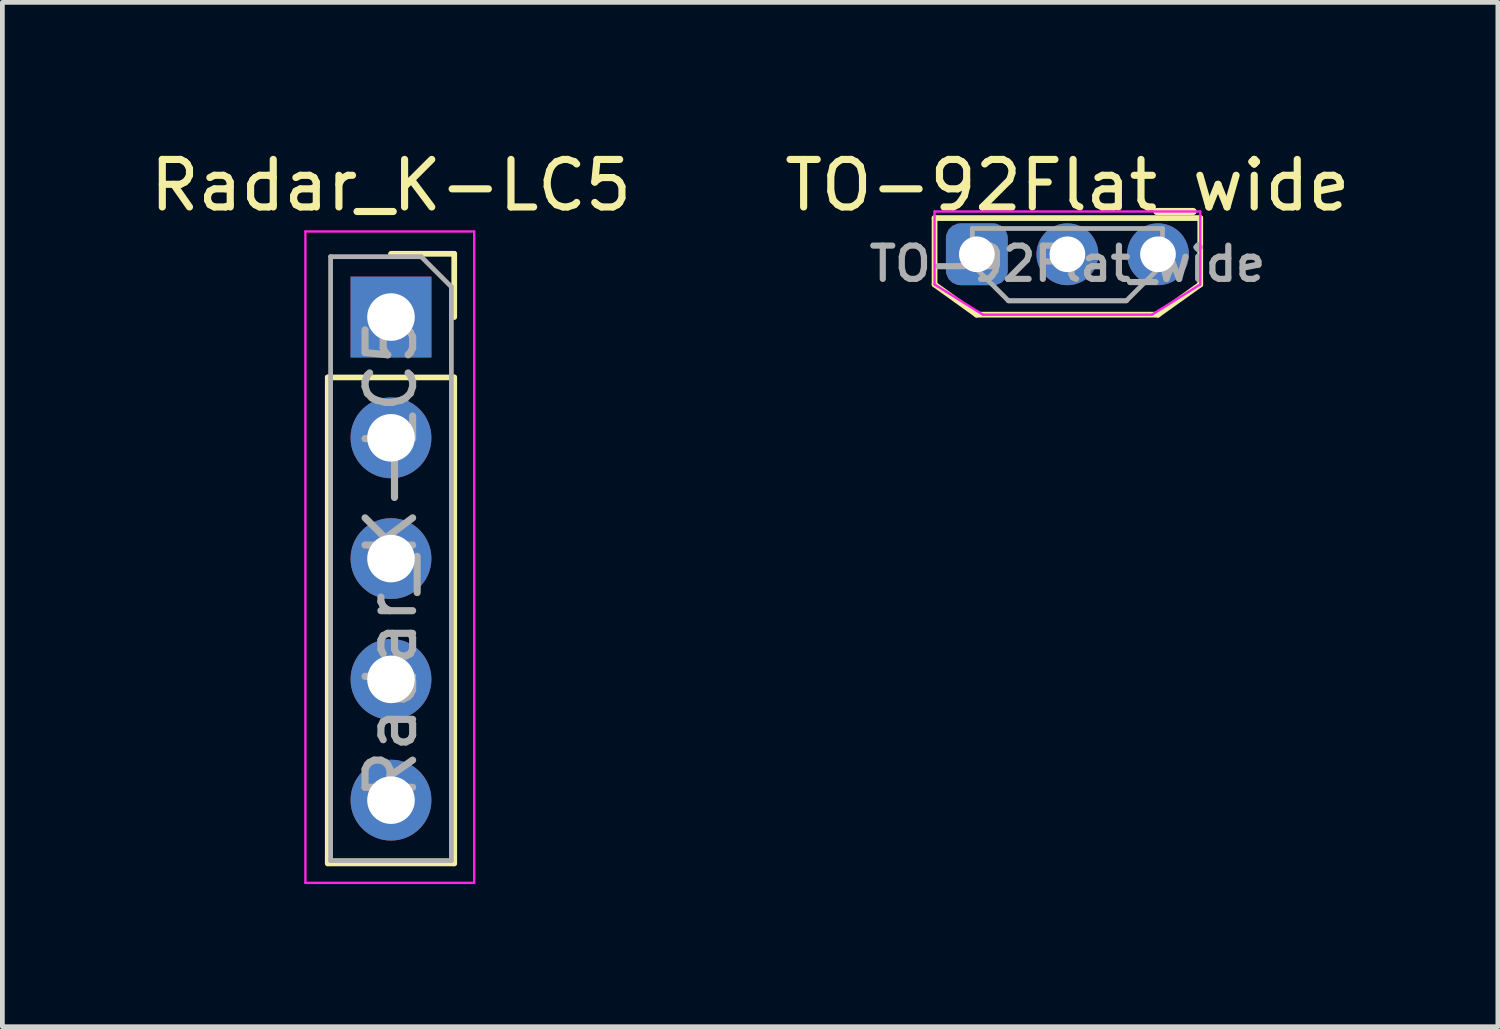
<source format=kicad_pcb>
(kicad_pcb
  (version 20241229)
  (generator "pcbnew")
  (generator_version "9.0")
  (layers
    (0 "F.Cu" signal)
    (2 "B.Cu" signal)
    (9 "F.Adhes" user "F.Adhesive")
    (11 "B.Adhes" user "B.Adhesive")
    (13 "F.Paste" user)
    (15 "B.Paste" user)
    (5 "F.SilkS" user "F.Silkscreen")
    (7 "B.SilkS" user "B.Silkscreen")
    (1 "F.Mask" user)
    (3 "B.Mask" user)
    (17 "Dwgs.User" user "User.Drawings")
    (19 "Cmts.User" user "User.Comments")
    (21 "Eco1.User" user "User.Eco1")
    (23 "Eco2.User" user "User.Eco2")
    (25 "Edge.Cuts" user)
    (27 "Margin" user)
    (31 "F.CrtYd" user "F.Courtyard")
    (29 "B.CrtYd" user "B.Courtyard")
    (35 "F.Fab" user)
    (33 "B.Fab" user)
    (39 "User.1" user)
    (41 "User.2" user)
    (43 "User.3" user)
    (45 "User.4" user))
  (footprint "Radar_K-LC5"
    (layer "F.Cu")
    (at 5.173 3.618)
    (property "Reference" "Radar_K-LC5" (at 0 -2.77 0) (layer "F.SilkS") (effects (font (size 1 1) (thickness 0.15))))
    (attr through_hole)
    (fp_line (start -1.33 1.27) (end -1.33 11.49) (stroke (width 0.12) (type solid)) (layer "F.SilkS"))
    (fp_line (start -1.33 1.27) (end 1.33 1.27) (stroke (width 0.12) (type solid)) (layer "F.SilkS"))
    (fp_line (start -1.33 11.49) (end 1.33 11.49) (stroke (width 0.12) (type solid)) (layer "F.SilkS"))
    (fp_line (start 0 -1.33) (end 1.33 -1.33) (stroke (width 0.12) (type solid)) (layer "F.SilkS"))
    (fp_line (start 1.33 -1.33) (end 1.33 0) (stroke (width 0.12) (type solid)) (layer "F.SilkS"))
    (fp_line (start 1.33 1.27) (end 1.33 11.49) (stroke (width 0.12) (type solid)) (layer "F.SilkS"))
    (fp_line (start -1.8 -1.8) (end 1.75 -1.8) (stroke (width 0.05) (type solid)) (layer "F.CrtYd"))
    (fp_line (start -1.8 11.9) (end -1.8 -1.8) (stroke (width 0.05) (type solid)) (layer "F.CrtYd"))
    (fp_line (start 1.75 -1.8) (end 1.75 11.9) (stroke (width 0.05) (type solid)) (layer "F.CrtYd"))
    (fp_line (start 1.75 11.9) (end -1.8 11.9) (stroke (width 0.05) (type solid)) (layer "F.CrtYd"))
    (fp_line (start -1.27 -1.27) (end 0.635 -1.27) (stroke (width 0.1) (type solid)) (layer "F.Fab"))
    (fp_line (start -1.27 11.43) (end -1.27 -1.27) (stroke (width 0.1) (type solid)) (layer "F.Fab"))
    (fp_line (start 0.635 -1.27) (end 1.27 -0.635) (stroke (width 0.1) (type solid)) (layer "F.Fab"))
    (fp_line (start 1.27 -0.635) (end 1.27 11.43) (stroke (width 0.1) (type solid)) (layer "F.Fab"))
    (fp_line (start 1.27 11.43) (end -1.27 11.43) (stroke (width 0.1) (type solid)) (layer "F.Fab"))
    (fp_text user "${REFERENCE}" (at 0 5.08 90) (layer "F.Fab") (effects (font (size 1 1) (thickness 0.15))))
    (pad "1" thru_hole rect (at 0 0) (size 1.7 1.7) (drill 1) (layers "*.Cu" "*.Mask"))
    (pad "2" thru_hole oval (at 0 2.54) (size 1.7 1.7) (drill 1) (layers "*.Cu" "*.Mask"))
    (pad "3" thru_hole oval (at 0 5.08) (size 1.7 1.7) (drill 1) (layers "*.Cu" "*.Mask"))
    (pad "4" thru_hole oval (at 0 7.62) (size 1.7 1.7) (drill 1) (layers "*.Cu" "*.Mask"))
    (pad "5" thru_hole oval (at 0 10.16) (size 1.7 1.7) (drill 1) (layers "*.Cu" "*.Mask")))
  (footprint "TO-92Flat_wide"
    (layer "F.Cu")
    (at 18.129 2.298)
    (property "Reference" "TO-92Flat_wide" (at 1.27 -1.45 0) (layer "F.SilkS") (effects (font (size 1 1) (thickness 0.15))))
    (attr through_hole)
    (fp_line (start -1.524 -0.762) (end 4.064 -0.762) (stroke (width 0.12) (type solid)) (layer "F.SilkS"))
    (fp_line (start -1.524 0.635) (end -1.524 -0.762) (stroke (width 0.12) (type solid)) (layer "F.SilkS"))
    (fp_line (start -1.524 0.635) (end -0.64 1.27) (stroke (width 0.12) (type solid)) (layer "F.SilkS"))
    (fp_line (start -0.64 1.27) (end 3.175 1.27) (stroke (width 0.12) (type solid)) (layer "F.SilkS"))
    (fp_line (start 3.175 1.27) (end 4.064 0.635) (stroke (width 0.12) (type solid)) (layer "F.SilkS"))
    (fp_line (start 4.064 -0.762) (end 4.064 0.635) (stroke (width 0.12) (type solid)) (layer "F.SilkS"))
    (fp_line (start -1.524 -0.9) (end 4.064 -0.9) (stroke (width 0.05) (type solid)) (layer "F.CrtYd"))
    (fp_line (start -1.524 0.635) (end -1.524 -0.9) (stroke (width 0.05) (type solid)) (layer "F.CrtYd"))
    (fp_line (start -0.508 1.27) (end -1.524 0.635) (stroke (width 0.05) (type solid)) (layer "F.CrtYd"))
    (fp_line (start 3.048 1.27) (end -0.508 1.27) (stroke (width 0.05) (type solid)) (layer "F.CrtYd"))
    (fp_line (start 4.064 -0.9) (end 4.064 0.635) (stroke (width 0.05) (type solid)) (layer "F.CrtYd"))
    (fp_line (start 4.064 0.635) (end 3.048 1.27) (stroke (width 0.05) (type solid)) (layer "F.CrtYd"))
    (fp_line (start -0.73 -0.542) (end -0.73 0.217) (stroke (width 0.1) (type solid)) (layer "F.Fab"))
    (fp_line (start 0.03 0.978) (end -0.73 0.217) (stroke (width 0.1) (type solid)) (layer "F.Fab"))
    (fp_line (start 2.51 0.978) (end 0.03 0.978) (stroke (width 0.1) (type solid)) (layer "F.Fab"))
    (fp_line (start 2.51 0.978) (end 0.03 0.978) (stroke (width 0.1) (type solid)) (layer "F.Fab"))
    (fp_line (start 3.27 -0.542) (end -0.73 -0.542) (stroke (width 0.1) (type solid)) (layer "F.Fab"))
    (fp_line (start 3.27 -0.542) (end 3.27 0.217) (stroke (width 0.1) (type solid)) (layer "F.Fab"))
    (fp_line (start 3.27 0.217) (end 2.51 0.978) (stroke (width 0.1) (type solid)) (layer "F.Fab"))
    (fp_text user "${REFERENCE}" (at 1.27 0.2 0) (layer "F.Fab") (effects (font (size 0.7 0.7) (thickness 0.13))))
    (pad "1" thru_hole roundrect (at -0.635 0) (size 1.3 1.3) (drill 0.75) (layers "*.Cu" "*.Mask") (roundrect_rratio 0.238))
    (pad "2" thru_hole oval (at 1.27 0) (size 1.3 1.3) (drill 0.75) (layers "*.Cu" "*.Mask"))
    (pad "3" thru_hole oval (at 3.175 0) (size 1.3 1.3) (drill 0.75) (layers "*.Cu" "*.Mask")))
  (gr_rect
    (start -3 -3)
    (end 28.452 18.543)
    (stroke (width 0.1) (type default))
    (fill no)
    (layer "Edge.Cuts")))
</source>
